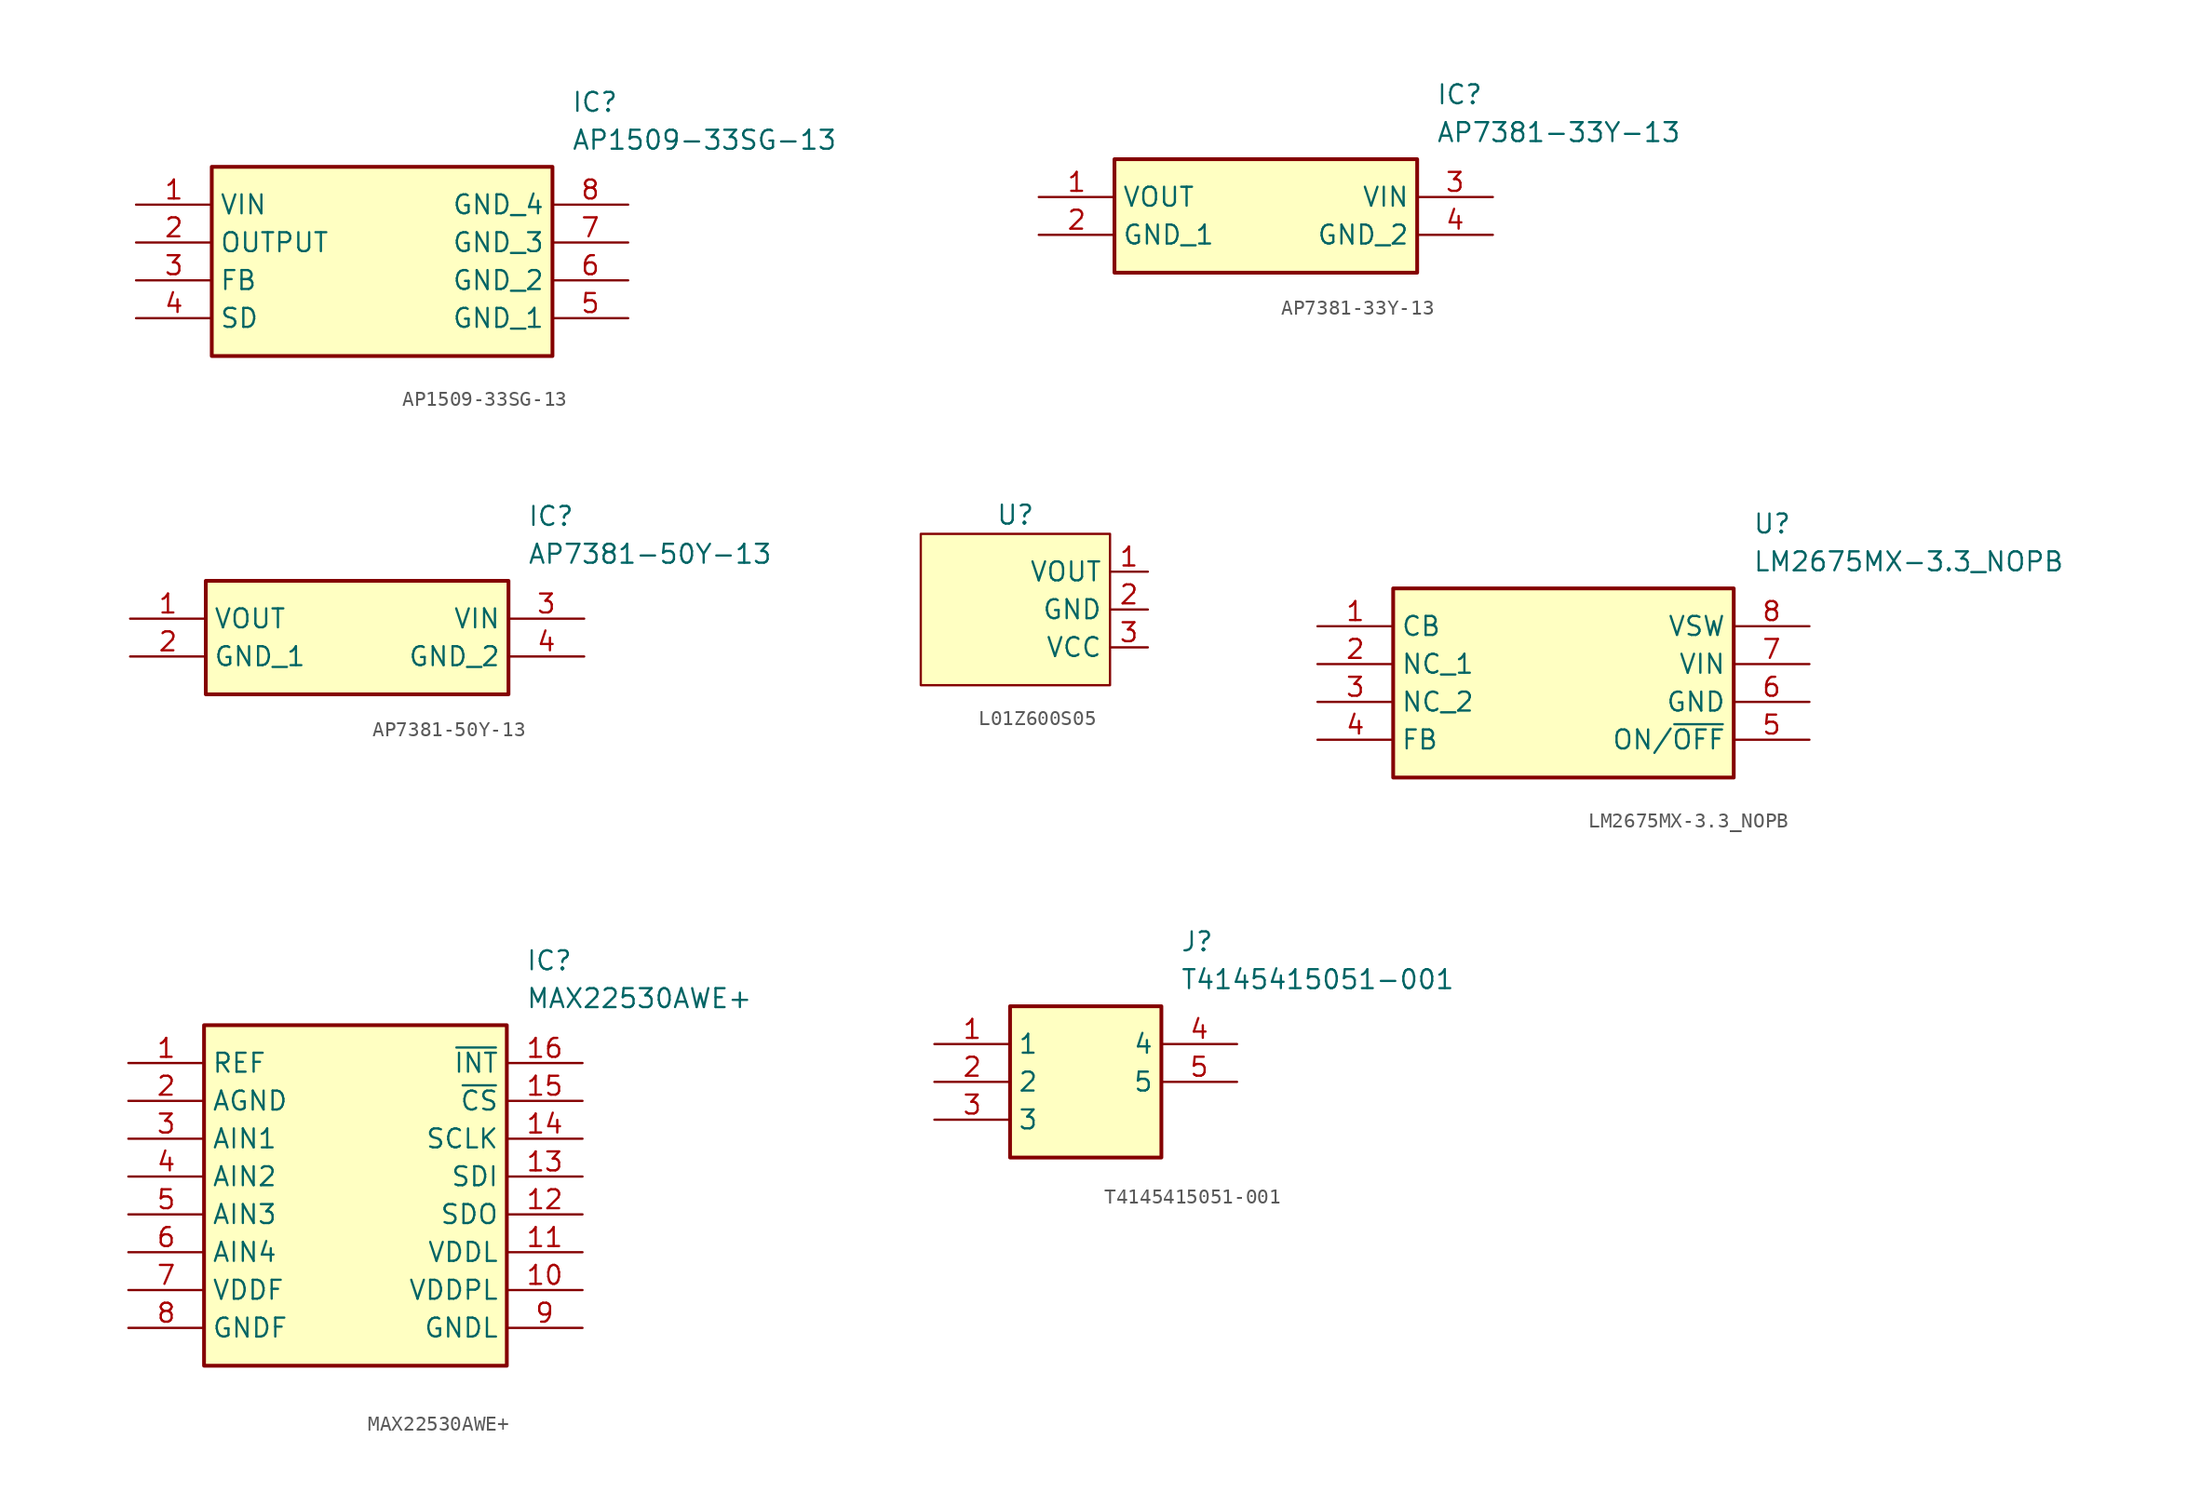
<source format=kicad_sym>
(kicad_symbol_lib
  (version 20231120)
  (generator "kicad_symbol_editor")
  (generator_version "8.0")
  (symbol "AP1509-33SG-13"
    (property "Reference" "IC"
      (at 29.21 7.62 0)
      (effects (font (size 1.27 1.27)) (justify left top)))
    (property "Value" "AP1509-33SG-13"
      (at 29.21 5.08 0)
      (effects (font (size 1.27 1.27)) (justify left top)))
    (rectangle
      (start 5.08 2.54)
      (end 27.94 -10.16)
      (stroke (width 0.254) (type default))
      (fill (type background)))
    (pin passive line
      (at 0 0 0)
      (length 5.08)
      (name "VIN" (effects (font (size 1.27 1.27))))
      (number "1" (effects (font (size 1.27 1.27)))))
    (pin passive line
      (at 0 -2.54 0)
      (length 5.08)
      (name "OUTPUT" (effects (font (size 1.27 1.27))))
      (number "2" (effects (font (size 1.27 1.27)))))
    (pin passive line
      (at 0 -5.08 0)
      (length 5.08)
      (name "FB" (effects (font (size 1.27 1.27))))
      (number "3" (effects (font (size 1.27 1.27)))))
    (pin passive line
      (at 0 -7.62 0)
      (length 5.08)
      (name "SD" (effects (font (size 1.27 1.27))))
      (number "4" (effects (font (size 1.27 1.27)))))
    (pin passive line
      (at 33.02 0 180)
      (length 5.08)
      (name "GND_4" (effects (font (size 1.27 1.27))))
      (number "8" (effects (font (size 1.27 1.27)))))
    (pin passive line
      (at 33.02 -2.54 180)
      (length 5.08)
      (name "GND_3" (effects (font (size 1.27 1.27))))
      (number "7" (effects (font (size 1.27 1.27)))))
    (pin passive line
      (at 33.02 -5.08 180)
      (length 5.08)
      (name "GND_2" (effects (font (size 1.27 1.27))))
      (number "6" (effects (font (size 1.27 1.27)))))
    (pin passive line
      (at 33.02 -7.62 180)
      (length 5.08)
      (name "GND_1" (effects (font (size 1.27 1.27))))
      (number "5" (effects (font (size 1.27 1.27))))))
  (symbol "AP7381-33Y-13"
    (property "Reference" "IC"
      (at 26.67 7.62 0)
      (effects (font (size 1.27 1.27)) (justify left top)))
    (property "Value" "AP7381-33Y-13"
      (at 26.67 5.08 0)
      (effects (font (size 1.27 1.27)) (justify left top)))
    (rectangle
      (start 5.08 2.54)
      (end 25.4 -5.08)
      (stroke (width 0.254) (type default))
      (fill (type background)))
    (pin passive line
      (at 0 0 0)
      (length 5.08)
      (name "VOUT" (effects (font (size 1.27 1.27))))
      (number "1" (effects (font (size 1.27 1.27)))))
    (pin passive line
      (at 0 -2.54 0)
      (length 5.08)
      (name "GND_1" (effects (font (size 1.27 1.27))))
      (number "2" (effects (font (size 1.27 1.27)))))
    (pin passive line
      (at 30.48 0 180)
      (length 5.08)
      (name "VIN" (effects (font (size 1.27 1.27))))
      (number "3" (effects (font (size 1.27 1.27)))))
    (pin passive line
      (at 30.48 -2.54 180)
      (length 5.08)
      (name "GND_2" (effects (font (size 1.27 1.27))))
      (number "4" (effects (font (size 1.27 1.27))))))
  (symbol "AP7381-50Y-13"
    (property "Reference" "IC"
      (at 26.67 7.62 0)
      (effects (font (size 1.27 1.27)) (justify left top)))
    (property "Value" "AP7381-50Y-13"
      (at 26.67 5.08 0)
      (effects (font (size 1.27 1.27)) (justify left top)))
    (rectangle
      (start 5.08 2.54)
      (end 25.4 -5.08)
      (stroke (width 0.254) (type default))
      (fill (type background)))
    (pin passive line
      (at 0 0 0)
      (length 5.08)
      (name "VOUT" (effects (font (size 1.27 1.27))))
      (number "1" (effects (font (size 1.27 1.27)))))
    (pin passive line
      (at 0 -2.54 0)
      (length 5.08)
      (name "GND_1" (effects (font (size 1.27 1.27))))
      (number "2" (effects (font (size 1.27 1.27)))))
    (pin passive line
      (at 30.48 0 180)
      (length 5.08)
      (name "VIN" (effects (font (size 1.27 1.27))))
      (number "3" (effects (font (size 1.27 1.27)))))
    (pin passive line
      (at 30.48 -2.54 180)
      (length 5.08)
      (name "GND_2" (effects (font (size 1.27 1.27))))
      (number "4" (effects (font (size 1.27 1.27))))))
  (symbol "L01Z600S05"
    (property "Reference" "U"
      (at 0 0 0)
      (effects (font (size 1.27 1.27))))
    (property "Value" ""
      (at 0 0 0)
      (effects (font (size 1.27 1.27))))
    (symbol "L01Z600S05_1_1"
      (rectangle (start -6.35 -1.27) (end 6.35 -11.43) (stroke (width 0) (type default)) (fill (type background)))
      (pin input line (at 8.89 -3.81 180) (length 2.54) (name "VOUT" (effects (font (size 1.27 1.27)))) (number "1" (effects (font (size 1.27 1.27)))))
      (pin input line (at 8.89 -6.35 180) (length 2.54) (name "GND" (effects (font (size 1.27 1.27)))) (number "2" (effects (font (size 1.27 1.27)))))
      (pin input line (at 8.89 -8.89 180) (length 2.54) (name "VCC" (effects (font (size 1.27 1.27)))) (number "3" (effects (font (size 1.27 1.27)))))))
  (symbol "LM2675MX-3.3_NOPB"
    (property "Reference" "U"
      (at 29.21 7.62 0)
      (effects (font (size 1.27 1.27)) (justify left top)))
    (property "Value" "LM2675MX-3.3_NOPB"
      (at 29.21 5.08 0)
      (effects (font (size 1.27 1.27)) (justify left top)))
    (rectangle
      (start 5.08 2.54)
      (end 27.94 -10.16)
      (stroke (width 0.254) (type default))
      (fill (type background)))
    (pin passive line
      (at 0 0 0)
      (length 5.08)
      (name "CB" (effects (font (size 1.27 1.27))))
      (number "1" (effects (font (size 1.27 1.27)))))
    (pin passive line
      (at 0 -2.54 0)
      (length 5.08)
      (name "NC_1" (effects (font (size 1.27 1.27))))
      (number "2" (effects (font (size 1.27 1.27)))))
    (pin passive line
      (at 0 -5.08 0)
      (length 5.08)
      (name "NC_2" (effects (font (size 1.27 1.27))))
      (number "3" (effects (font (size 1.27 1.27)))))
    (pin passive line
      (at 0 -7.62 0)
      (length 5.08)
      (name "FB" (effects (font (size 1.27 1.27))))
      (number "4" (effects (font (size 1.27 1.27)))))
    (pin passive line
      (at 33.02 0 180)
      (length 5.08)
      (name "VSW" (effects (font (size 1.27 1.27))))
      (number "8" (effects (font (size 1.27 1.27)))))
    (pin passive line
      (at 33.02 -2.54 180)
      (length 5.08)
      (name "VIN" (effects (font (size 1.27 1.27))))
      (number "7" (effects (font (size 1.27 1.27)))))
    (pin passive line
      (at 33.02 -5.08 180)
      (length 5.08)
      (name "GND" (effects (font (size 1.27 1.27))))
      (number "6" (effects (font (size 1.27 1.27)))))
    (pin passive line
      (at 33.02 -7.62 180)
      (length 5.08)
      (name "ON/~{OFF}" (effects (font (size 1.27 1.27))))
      (number "5" (effects (font (size 1.27 1.27))))))
  (symbol "MAX22530AWE+"
    (property "Reference" "IC"
      (at 26.67 7.62 0)
      (effects (font (size 1.27 1.27)) (justify left top)))
    (property "Value" "MAX22530AWE+"
      (at 26.67 5.08 0)
      (effects (font (size 1.27 1.27)) (justify left top)))
    (symbol "MAX22530AWE+_1_1"
      (rectangle (start 5.08 2.54) (end 25.4 -20.32) (stroke (width 0.254) (type default)) (fill (type background)))
      (pin passive line (at 0 0 0) (length 5.08) (name "REF" (effects (font (size 1.27 1.27)))) (number "1" (effects (font (size 1.27 1.27)))))
      (pin passive line (at 30.48 -15.24 180) (length 5.08) (name "VDDPL" (effects (font (size 1.27 1.27)))) (number "10" (effects (font (size 1.27 1.27)))))
      (pin passive line (at 30.48 -12.7 180) (length 5.08) (name "VDDL" (effects (font (size 1.27 1.27)))) (number "11" (effects (font (size 1.27 1.27)))))
      (pin passive line (at 30.48 -10.16 180) (length 5.08) (name "SDO" (effects (font (size 1.27 1.27)))) (number "12" (effects (font (size 1.27 1.27)))))
      (pin passive line (at 30.48 -7.62 180) (length 5.08) (name "SDI" (effects (font (size 1.27 1.27)))) (number "13" (effects (font (size 1.27 1.27)))))
      (pin passive line (at 30.48 -5.08 180) (length 5.08) (name "SCLK" (effects (font (size 1.27 1.27)))) (number "14" (effects (font (size 1.27 1.27)))))
      (pin passive line (at 30.48 -2.54 180) (length 5.08) (name "~{CS}" (effects (font (size 1.27 1.27)))) (number "15" (effects (font (size 1.27 1.27)))))
      (pin passive line (at 30.48 0 180) (length 5.08) (name "~{INT}" (effects (font (size 1.27 1.27)))) (number "16" (effects (font (size 1.27 1.27)))))
      (pin passive line (at 0 -2.54 0) (length 5.08) (name "AGND" (effects (font (size 1.27 1.27)))) (number "2" (effects (font (size 1.27 1.27)))))
      (pin passive line (at 0 -5.08 0) (length 5.08) (name "AIN1" (effects (font (size 1.27 1.27)))) (number "3" (effects (font (size 1.27 1.27)))))
      (pin passive line (at 0 -7.62 0) (length 5.08) (name "AIN2" (effects (font (size 1.27 1.27)))) (number "4" (effects (font (size 1.27 1.27)))))
      (pin passive line (at 0 -10.16 0) (length 5.08) (name "AIN3" (effects (font (size 1.27 1.27)))) (number "5" (effects (font (size 1.27 1.27)))))
      (pin passive line (at 0 -12.7 0) (length 5.08) (name "AIN4" (effects (font (size 1.27 1.27)))) (number "6" (effects (font (size 1.27 1.27)))))
      (pin passive line (at 0 -15.24 0) (length 5.08) (name "VDDF" (effects (font (size 1.27 1.27)))) (number "7" (effects (font (size 1.27 1.27)))))
      (pin passive line (at 0 -17.78 0) (length 5.08) (name "GNDF" (effects (font (size 1.27 1.27)))) (number "8" (effects (font (size 1.27 1.27)))))
      (pin passive line (at 30.48 -17.78 180) (length 5.08) (name "GNDL" (effects (font (size 1.27 1.27)))) (number "9" (effects (font (size 1.27 1.27)))))))
  (symbol "T4145415051-001"
    (property "Reference" "J"
      (at 16.51 7.62 0)
      (effects (font (size 1.27 1.27)) (justify left top)))
    (property "Value" "T4145415051-001"
      (at 16.51 5.08 0)
      (effects (font (size 1.27 1.27)) (justify left top)))
    (symbol "T4145415051-001_1_1"
      (rectangle (start 5.08 2.54) (end 15.24 -7.62) (stroke (width 0.254) (type default)) (fill (type background)))
      (pin passive line (at 0 0 0) (length 5.08) (name "1" (effects (font (size 1.27 1.27)))) (number "1" (effects (font (size 1.27 1.27)))))
      (pin passive line (at 0 -2.54 0) (length 5.08) (name "2" (effects (font (size 1.27 1.27)))) (number "2" (effects (font (size 1.27 1.27)))))
      (pin passive line (at 0 -5.08 0) (length 5.08) (name "3" (effects (font (size 1.27 1.27)))) (number "3" (effects (font (size 1.27 1.27)))))
      (pin passive line (at 20.32 0 180) (length 5.08) (name "4" (effects (font (size 1.27 1.27)))) (number "4" (effects (font (size 1.27 1.27)))))
      (pin passive line (at 20.32 -2.54 180) (length 5.08) (name "5" (effects (font (size 1.27 1.27)))) (number "5" (effects (font (size 1.27 1.27))))))))
</source>
